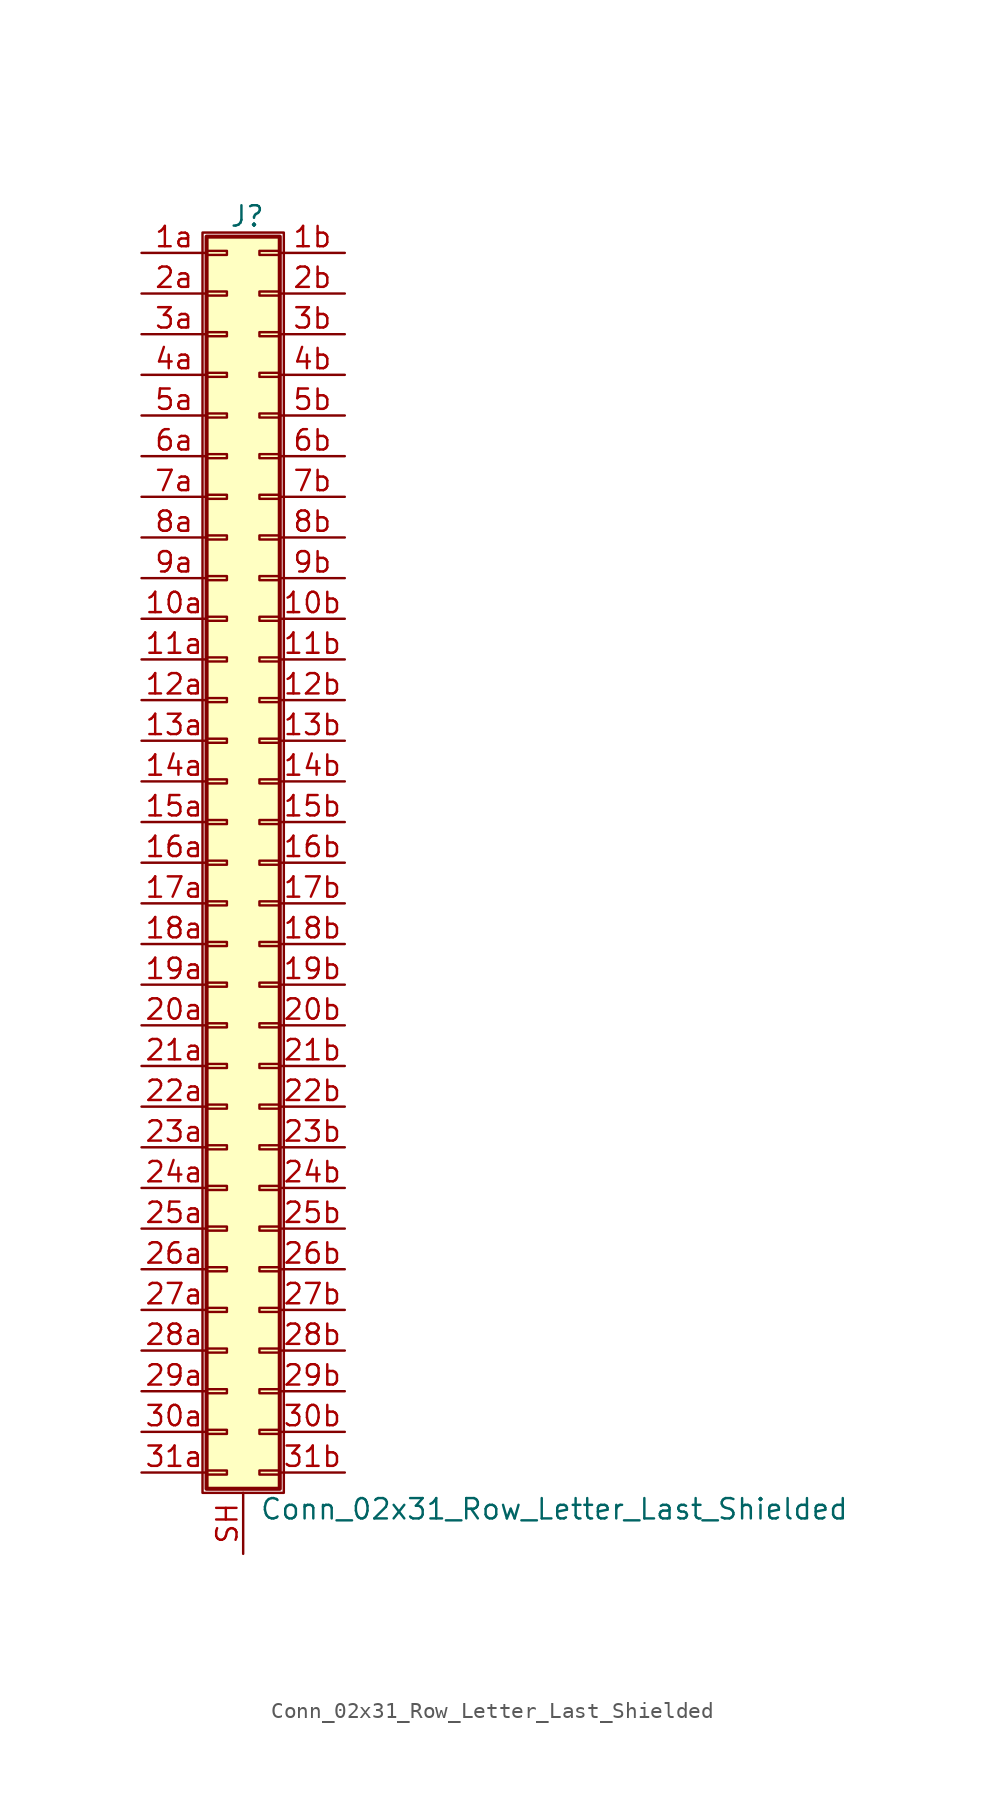
<source format=kicad_sym>
(kicad_symbol_lib
  (version 20201005)
  (generator kicad_symbol_editor)
  (symbol "Conn_02x31_Row_Letter_Last_Shielded"
    (pin_names
      (offset 1.016) hide)
    (property "Reference" "J"
      (at 1.524 40.386 0)
      (effects (font (size 1.27 1.27))))
    (property "Value" "Conn_02x31_Row_Letter_Last_Shielded"
      (at 2.286 -40.386 0)
      (effects (font (size 1.27 1.27)) (justify left)))
    (symbol "Conn_02x31_Row_Letter_Last_Shielded_1_1"
      (rectangle (start -1.27 39.37) (end 3.81 -39.37) (stroke (width 0.152)) (fill (type none)))
      (rectangle (start -1.016 -37.973) (end 0.254 -38.227) (stroke (width 0.152)) (fill (type none)))
      (rectangle (start -1.016 -35.433) (end 0.254 -35.687) (stroke (width 0.152)) (fill (type none)))
      (rectangle (start -1.016 -32.893) (end 0.254 -33.147) (stroke (width 0.152)) (fill (type none)))
      (rectangle (start -1.016 -30.353) (end 0.254 -30.607) (stroke (width 0.152)) (fill (type none)))
      (rectangle (start -1.016 -27.813) (end 0.254 -28.067) (stroke (width 0.152)) (fill (type none)))
      (rectangle (start -1.016 -25.273) (end 0.254 -25.527) (stroke (width 0.152)) (fill (type none)))
      (rectangle (start -1.016 -22.733) (end 0.254 -22.987) (stroke (width 0.152)) (fill (type none)))
      (rectangle (start -1.016 -20.193) (end 0.254 -20.447) (stroke (width 0.152)) (fill (type none)))
      (rectangle (start -1.016 -17.653) (end 0.254 -17.907) (stroke (width 0.152)) (fill (type none)))
      (rectangle (start -1.016 -15.113) (end 0.254 -15.367) (stroke (width 0.152)) (fill (type none)))
      (rectangle (start -1.016 -12.573) (end 0.254 -12.827) (stroke (width 0.152)) (fill (type none)))
      (rectangle (start -1.016 -10.033) (end 0.254 -10.287) (stroke (width 0.152)) (fill (type none)))
      (rectangle (start -1.016 -7.493) (end 0.254 -7.747) (stroke (width 0.152)) (fill (type none)))
      (rectangle (start -1.016 -4.953) (end 0.254 -5.207) (stroke (width 0.152)) (fill (type none)))
      (rectangle (start -1.016 -2.413) (end 0.254 -2.667) (stroke (width 0.152)) (fill (type none)))
      (rectangle (start -1.016 0.127) (end 0.254 -0.127) (stroke (width 0.152)) (fill (type none)))
      (rectangle (start -1.016 2.667) (end 0.254 2.413) (stroke (width 0.152)) (fill (type none)))
      (rectangle (start -1.016 5.207) (end 0.254 4.953) (stroke (width 0.152)) (fill (type none)))
      (rectangle (start -1.016 7.747) (end 0.254 7.493) (stroke (width 0.152)) (fill (type none)))
      (rectangle (start -1.016 10.287) (end 0.254 10.033) (stroke (width 0.152)) (fill (type none)))
      (rectangle (start -1.016 12.827) (end 0.254 12.573) (stroke (width 0.152)) (fill (type none)))
      (rectangle (start -1.016 15.367) (end 0.254 15.113) (stroke (width 0.152)) (fill (type none)))
      (rectangle (start -1.016 17.907) (end 0.254 17.653) (stroke (width 0.152)) (fill (type none)))
      (rectangle (start -1.016 20.447) (end 0.254 20.193) (stroke (width 0.152)) (fill (type none)))
      (rectangle (start -1.016 22.987) (end 0.254 22.733) (stroke (width 0.152)) (fill (type none)))
      (rectangle (start -1.016 25.527) (end 0.254 25.273) (stroke (width 0.152)) (fill (type none)))
      (rectangle (start -1.016 28.067) (end 0.254 27.813) (stroke (width 0.152)) (fill (type none)))
      (rectangle (start -1.016 30.607) (end 0.254 30.353) (stroke (width 0.152)) (fill (type none)))
      (rectangle (start -1.016 33.147) (end 0.254 32.893) (stroke (width 0.152)) (fill (type none)))
      (rectangle (start -1.016 35.687) (end 0.254 35.433) (stroke (width 0.152)) (fill (type none)))
      (rectangle (start -1.016 38.227) (end 0.254 37.973) (stroke (width 0.152)) (fill (type none)))
      (rectangle (start -1.016 39.116) (end 3.556 -39.116) (stroke (width 0.254)) (fill (type background)))
      (rectangle (start 3.556 -37.973) (end 2.286 -38.227) (stroke (width 0.152)) (fill (type none)))
      (rectangle (start 3.556 -35.433) (end 2.286 -35.687) (stroke (width 0.152)) (fill (type none)))
      (rectangle (start 3.556 -32.893) (end 2.286 -33.147) (stroke (width 0.152)) (fill (type none)))
      (rectangle (start 3.556 -30.353) (end 2.286 -30.607) (stroke (width 0.152)) (fill (type none)))
      (rectangle (start 3.556 -27.813) (end 2.286 -28.067) (stroke (width 0.152)) (fill (type none)))
      (rectangle (start 3.556 -25.273) (end 2.286 -25.527) (stroke (width 0.152)) (fill (type none)))
      (rectangle (start 3.556 -22.733) (end 2.286 -22.987) (stroke (width 0.152)) (fill (type none)))
      (rectangle (start 3.556 -20.193) (end 2.286 -20.447) (stroke (width 0.152)) (fill (type none)))
      (rectangle (start 3.556 -17.653) (end 2.286 -17.907) (stroke (width 0.152)) (fill (type none)))
      (rectangle (start 3.556 -15.113) (end 2.286 -15.367) (stroke (width 0.152)) (fill (type none)))
      (rectangle (start 3.556 -12.573) (end 2.286 -12.827) (stroke (width 0.152)) (fill (type none)))
      (rectangle (start 3.556 -10.033) (end 2.286 -10.287) (stroke (width 0.152)) (fill (type none)))
      (rectangle (start 3.556 -7.493) (end 2.286 -7.747) (stroke (width 0.152)) (fill (type none)))
      (rectangle (start 3.556 -4.953) (end 2.286 -5.207) (stroke (width 0.152)) (fill (type none)))
      (rectangle (start 3.556 -2.413) (end 2.286 -2.667) (stroke (width 0.152)) (fill (type none)))
      (rectangle (start 3.556 0.127) (end 2.286 -0.127) (stroke (width 0.152)) (fill (type none)))
      (rectangle (start 3.556 2.667) (end 2.286 2.413) (stroke (width 0.152)) (fill (type none)))
      (rectangle (start 3.556 5.207) (end 2.286 4.953) (stroke (width 0.152)) (fill (type none)))
      (rectangle (start 3.556 7.747) (end 2.286 7.493) (stroke (width 0.152)) (fill (type none)))
      (rectangle (start 3.556 10.287) (end 2.286 10.033) (stroke (width 0.152)) (fill (type none)))
      (rectangle (start 3.556 12.827) (end 2.286 12.573) (stroke (width 0.152)) (fill (type none)))
      (rectangle (start 3.556 15.367) (end 2.286 15.113) (stroke (width 0.152)) (fill (type none)))
      (rectangle (start 3.556 17.907) (end 2.286 17.653) (stroke (width 0.152)) (fill (type none)))
      (rectangle (start 3.556 20.447) (end 2.286 20.193) (stroke (width 0.152)) (fill (type none)))
      (rectangle (start 3.556 22.987) (end 2.286 22.733) (stroke (width 0.152)) (fill (type none)))
      (rectangle (start 3.556 25.527) (end 2.286 25.273) (stroke (width 0.152)) (fill (type none)))
      (rectangle (start 3.556 28.067) (end 2.286 27.813) (stroke (width 0.152)) (fill (type none)))
      (rectangle (start 3.556 30.607) (end 2.286 30.353) (stroke (width 0.152)) (fill (type none)))
      (rectangle (start 3.556 33.147) (end 2.286 32.893) (stroke (width 0.152)) (fill (type none)))
      (rectangle (start 3.556 35.687) (end 2.286 35.433) (stroke (width 0.152)) (fill (type none)))
      (rectangle (start 3.556 38.227) (end 2.286 37.973) (stroke (width 0.152)) (fill (type none)))
      (pin passive line (at -5.08 15.24 0) (length 4.064) (name "Pin_10a" (effects (font (size 1.27 1.27)))) (number "10a" (effects (font (size 1.27 1.27)))))
      (pin passive line (at 7.62 15.24 180) (length 4.064) (name "Pin_10b" (effects (font (size 1.27 1.27)))) (number "10b" (effects (font (size 1.27 1.27)))))
      (pin passive line (at -5.08 12.7 0) (length 4.064) (name "Pin_11a" (effects (font (size 1.27 1.27)))) (number "11a" (effects (font (size 1.27 1.27)))))
      (pin passive line (at 7.62 12.7 180) (length 4.064) (name "Pin_11b" (effects (font (size 1.27 1.27)))) (number "11b" (effects (font (size 1.27 1.27)))))
      (pin passive line (at -5.08 10.16 0) (length 4.064) (name "Pin_12a" (effects (font (size 1.27 1.27)))) (number "12a" (effects (font (size 1.27 1.27)))))
      (pin passive line (at 7.62 10.16 180) (length 4.064) (name "Pin_12b" (effects (font (size 1.27 1.27)))) (number "12b" (effects (font (size 1.27 1.27)))))
      (pin passive line (at -5.08 7.62 0) (length 4.064) (name "Pin_13a" (effects (font (size 1.27 1.27)))) (number "13a" (effects (font (size 1.27 1.27)))))
      (pin passive line (at 7.62 7.62 180) (length 4.064) (name "Pin_13b" (effects (font (size 1.27 1.27)))) (number "13b" (effects (font (size 1.27 1.27)))))
      (pin passive line (at -5.08 5.08 0) (length 4.064) (name "Pin_14a" (effects (font (size 1.27 1.27)))) (number "14a" (effects (font (size 1.27 1.27)))))
      (pin passive line (at 7.62 5.08 180) (length 4.064) (name "Pin_14b" (effects (font (size 1.27 1.27)))) (number "14b" (effects (font (size 1.27 1.27)))))
      (pin passive line (at -5.08 2.54 0) (length 4.064) (name "Pin_15a" (effects (font (size 1.27 1.27)))) (number "15a" (effects (font (size 1.27 1.27)))))
      (pin passive line (at 7.62 2.54 180) (length 4.064) (name "Pin_15b" (effects (font (size 1.27 1.27)))) (number "15b" (effects (font (size 1.27 1.27)))))
      (pin passive line (at -5.08 0 0) (length 4.064) (name "Pin_16a" (effects (font (size 1.27 1.27)))) (number "16a" (effects (font (size 1.27 1.27)))))
      (pin passive line (at 7.62 0 180) (length 4.064) (name "Pin_16b" (effects (font (size 1.27 1.27)))) (number "16b" (effects (font (size 1.27 1.27)))))
      (pin passive line (at -5.08 -2.54 0) (length 4.064) (name "Pin_17a" (effects (font (size 1.27 1.27)))) (number "17a" (effects (font (size 1.27 1.27)))))
      (pin passive line (at 7.62 -2.54 180) (length 4.064) (name "Pin_17b" (effects (font (size 1.27 1.27)))) (number "17b" (effects (font (size 1.27 1.27)))))
      (pin passive line (at -5.08 -5.08 0) (length 4.064) (name "Pin_18a" (effects (font (size 1.27 1.27)))) (number "18a" (effects (font (size 1.27 1.27)))))
      (pin passive line (at 7.62 -5.08 180) (length 4.064) (name "Pin_18b" (effects (font (size 1.27 1.27)))) (number "18b" (effects (font (size 1.27 1.27)))))
      (pin passive line (at -5.08 -7.62 0) (length 4.064) (name "Pin_19a" (effects (font (size 1.27 1.27)))) (number "19a" (effects (font (size 1.27 1.27)))))
      (pin passive line (at 7.62 -7.62 180) (length 4.064) (name "Pin_19b" (effects (font (size 1.27 1.27)))) (number "19b" (effects (font (size 1.27 1.27)))))
      (pin passive line (at -5.08 38.1 0) (length 4.064) (name "Pin_1a" (effects (font (size 1.27 1.27)))) (number "1a" (effects (font (size 1.27 1.27)))))
      (pin passive line (at 7.62 38.1 180) (length 4.064) (name "Pin_1b" (effects (font (size 1.27 1.27)))) (number "1b" (effects (font (size 1.27 1.27)))))
      (pin passive line (at -5.08 -10.16 0) (length 4.064) (name "Pin_20a" (effects (font (size 1.27 1.27)))) (number "20a" (effects (font (size 1.27 1.27)))))
      (pin passive line (at 7.62 -10.16 180) (length 4.064) (name "Pin_20b" (effects (font (size 1.27 1.27)))) (number "20b" (effects (font (size 1.27 1.27)))))
      (pin passive line (at -5.08 -12.7 0) (length 4.064) (name "Pin_21a" (effects (font (size 1.27 1.27)))) (number "21a" (effects (font (size 1.27 1.27)))))
      (pin passive line (at 7.62 -12.7 180) (length 4.064) (name "Pin_21b" (effects (font (size 1.27 1.27)))) (number "21b" (effects (font (size 1.27 1.27)))))
      (pin passive line (at -5.08 -15.24 0) (length 4.064) (name "Pin_22a" (effects (font (size 1.27 1.27)))) (number "22a" (effects (font (size 1.27 1.27)))))
      (pin passive line (at 7.62 -15.24 180) (length 4.064) (name "Pin_22b" (effects (font (size 1.27 1.27)))) (number "22b" (effects (font (size 1.27 1.27)))))
      (pin passive line (at -5.08 -17.78 0) (length 4.064) (name "Pin_23a" (effects (font (size 1.27 1.27)))) (number "23a" (effects (font (size 1.27 1.27)))))
      (pin passive line (at 7.62 -17.78 180) (length 4.064) (name "Pin_23b" (effects (font (size 1.27 1.27)))) (number "23b" (effects (font (size 1.27 1.27)))))
      (pin passive line (at -5.08 -20.32 0) (length 4.064) (name "Pin_24a" (effects (font (size 1.27 1.27)))) (number "24a" (effects (font (size 1.27 1.27)))))
      (pin passive line (at 7.62 -20.32 180) (length 4.064) (name "Pin_24b" (effects (font (size 1.27 1.27)))) (number "24b" (effects (font (size 1.27 1.27)))))
      (pin passive line (at -5.08 -22.86 0) (length 4.064) (name "Pin_25a" (effects (font (size 1.27 1.27)))) (number "25a" (effects (font (size 1.27 1.27)))))
      (pin passive line (at 7.62 -22.86 180) (length 4.064) (name "Pin_25b" (effects (font (size 1.27 1.27)))) (number "25b" (effects (font (size 1.27 1.27)))))
      (pin passive line (at -5.08 -25.4 0) (length 4.064) (name "Pin_26a" (effects (font (size 1.27 1.27)))) (number "26a" (effects (font (size 1.27 1.27)))))
      (pin passive line (at 7.62 -25.4 180) (length 4.064) (name "Pin_26b" (effects (font (size 1.27 1.27)))) (number "26b" (effects (font (size 1.27 1.27)))))
      (pin passive line (at -5.08 -27.94 0) (length 4.064) (name "Pin_27a" (effects (font (size 1.27 1.27)))) (number "27a" (effects (font (size 1.27 1.27)))))
      (pin passive line (at 7.62 -27.94 180) (length 4.064) (name "Pin_27b" (effects (font (size 1.27 1.27)))) (number "27b" (effects (font (size 1.27 1.27)))))
      (pin passive line (at -5.08 -30.48 0) (length 4.064) (name "Pin_28a" (effects (font (size 1.27 1.27)))) (number "28a" (effects (font (size 1.27 1.27)))))
      (pin passive line (at 7.62 -30.48 180) (length 4.064) (name "Pin_28b" (effects (font (size 1.27 1.27)))) (number "28b" (effects (font (size 1.27 1.27)))))
      (pin passive line (at -5.08 -33.02 0) (length 4.064) (name "Pin_29a" (effects (font (size 1.27 1.27)))) (number "29a" (effects (font (size 1.27 1.27)))))
      (pin passive line (at 7.62 -33.02 180) (length 4.064) (name "Pin_29b" (effects (font (size 1.27 1.27)))) (number "29b" (effects (font (size 1.27 1.27)))))
      (pin passive line (at -5.08 35.56 0) (length 4.064) (name "Pin_2a" (effects (font (size 1.27 1.27)))) (number "2a" (effects (font (size 1.27 1.27)))))
      (pin passive line (at 7.62 35.56 180) (length 4.064) (name "Pin_2b" (effects (font (size 1.27 1.27)))) (number "2b" (effects (font (size 1.27 1.27)))))
      (pin passive line (at -5.08 -35.56 0) (length 4.064) (name "Pin_30a" (effects (font (size 1.27 1.27)))) (number "30a" (effects (font (size 1.27 1.27)))))
      (pin passive line (at 7.62 -35.56 180) (length 4.064) (name "Pin_30b" (effects (font (size 1.27 1.27)))) (number "30b" (effects (font (size 1.27 1.27)))))
      (pin passive line (at -5.08 -38.1 0) (length 4.064) (name "Pin_31a" (effects (font (size 1.27 1.27)))) (number "31a" (effects (font (size 1.27 1.27)))))
      (pin passive line (at 7.62 -38.1 180) (length 4.064) (name "Pin_31b" (effects (font (size 1.27 1.27)))) (number "31b" (effects (font (size 1.27 1.27)))))
      (pin passive line (at -5.08 33.02 0) (length 4.064) (name "Pin_3a" (effects (font (size 1.27 1.27)))) (number "3a" (effects (font (size 1.27 1.27)))))
      (pin passive line (at 7.62 33.02 180) (length 4.064) (name "Pin_3b" (effects (font (size 1.27 1.27)))) (number "3b" (effects (font (size 1.27 1.27)))))
      (pin passive line (at -5.08 30.48 0) (length 4.064) (name "Pin_4a" (effects (font (size 1.27 1.27)))) (number "4a" (effects (font (size 1.27 1.27)))))
      (pin passive line (at 7.62 30.48 180) (length 4.064) (name "Pin_4b" (effects (font (size 1.27 1.27)))) (number "4b" (effects (font (size 1.27 1.27)))))
      (pin passive line (at -5.08 27.94 0) (length 4.064) (name "Pin_5a" (effects (font (size 1.27 1.27)))) (number "5a" (effects (font (size 1.27 1.27)))))
      (pin passive line (at 7.62 27.94 180) (length 4.064) (name "Pin_5b" (effects (font (size 1.27 1.27)))) (number "5b" (effects (font (size 1.27 1.27)))))
      (pin passive line (at -5.08 25.4 0) (length 4.064) (name "Pin_6a" (effects (font (size 1.27 1.27)))) (number "6a" (effects (font (size 1.27 1.27)))))
      (pin passive line (at 7.62 25.4 180) (length 4.064) (name "Pin_6b" (effects (font (size 1.27 1.27)))) (number "6b" (effects (font (size 1.27 1.27)))))
      (pin passive line (at -5.08 22.86 0) (length 4.064) (name "Pin_7a" (effects (font (size 1.27 1.27)))) (number "7a" (effects (font (size 1.27 1.27)))))
      (pin passive line (at 7.62 22.86 180) (length 4.064) (name "Pin_7b" (effects (font (size 1.27 1.27)))) (number "7b" (effects (font (size 1.27 1.27)))))
      (pin passive line (at -5.08 20.32 0) (length 4.064) (name "Pin_8a" (effects (font (size 1.27 1.27)))) (number "8a" (effects (font (size 1.27 1.27)))))
      (pin passive line (at 7.62 20.32 180) (length 4.064) (name "Pin_8b" (effects (font (size 1.27 1.27)))) (number "8b" (effects (font (size 1.27 1.27)))))
      (pin passive line (at -5.08 17.78 0) (length 4.064) (name "Pin_9a" (effects (font (size 1.27 1.27)))) (number "9a" (effects (font (size 1.27 1.27)))))
      (pin passive line (at 7.62 17.78 180) (length 4.064) (name "Pin_9b" (effects (font (size 1.27 1.27)))) (number "9b" (effects (font (size 1.27 1.27)))))
      (pin passive line (at 1.27 -43.18 90) (length 3.81) (name "Shield" (effects (font (size 1.27 1.27)))) (number "SH" (effects (font (size 1.27 1.27))))))))
</source>
